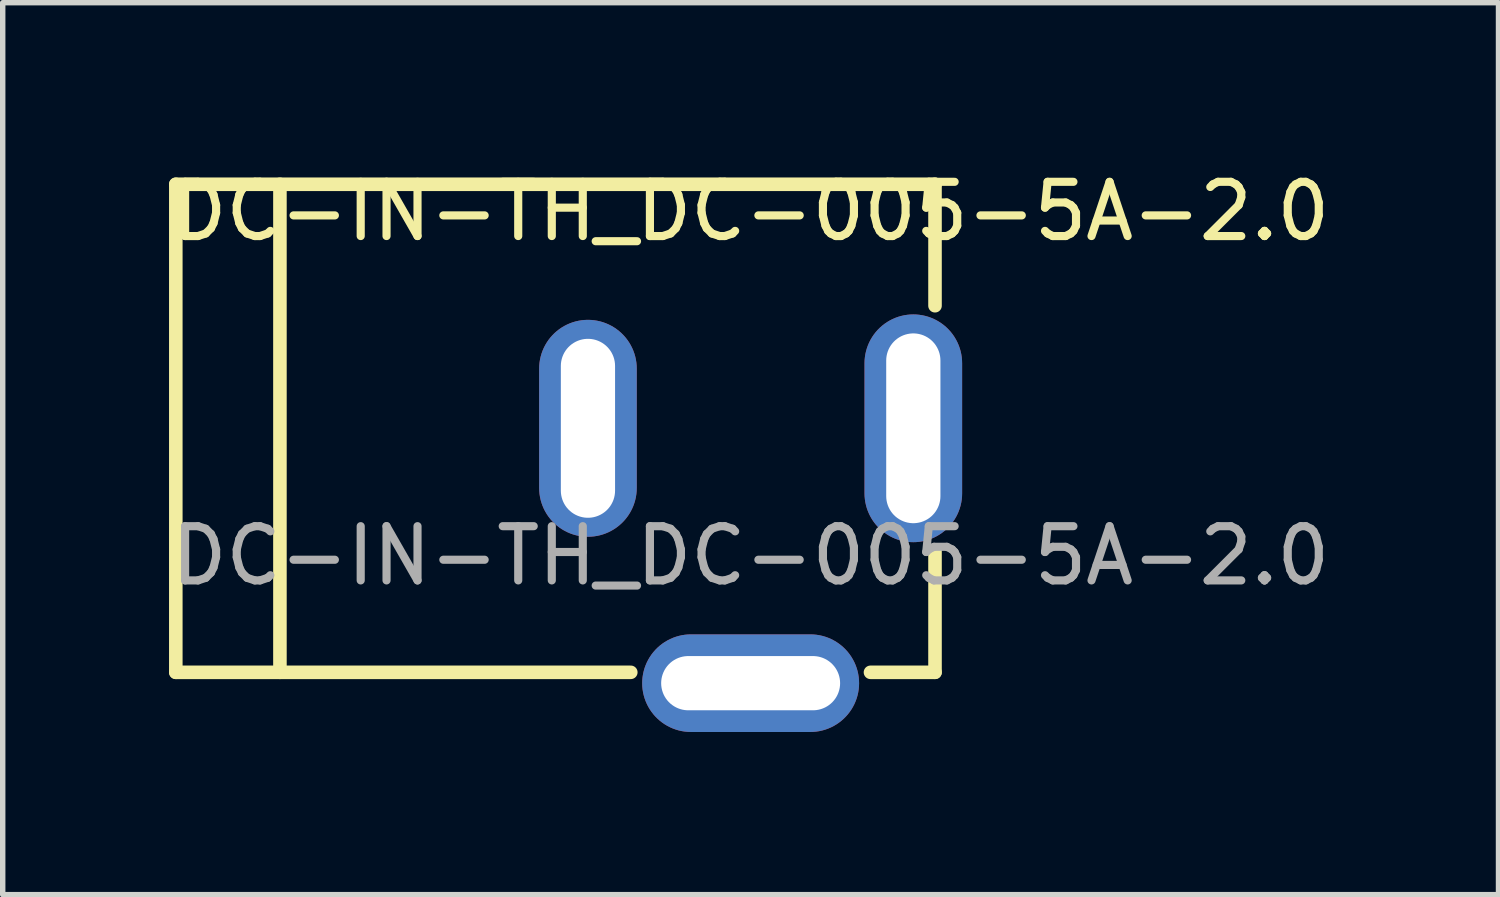
<source format=kicad_pcb>
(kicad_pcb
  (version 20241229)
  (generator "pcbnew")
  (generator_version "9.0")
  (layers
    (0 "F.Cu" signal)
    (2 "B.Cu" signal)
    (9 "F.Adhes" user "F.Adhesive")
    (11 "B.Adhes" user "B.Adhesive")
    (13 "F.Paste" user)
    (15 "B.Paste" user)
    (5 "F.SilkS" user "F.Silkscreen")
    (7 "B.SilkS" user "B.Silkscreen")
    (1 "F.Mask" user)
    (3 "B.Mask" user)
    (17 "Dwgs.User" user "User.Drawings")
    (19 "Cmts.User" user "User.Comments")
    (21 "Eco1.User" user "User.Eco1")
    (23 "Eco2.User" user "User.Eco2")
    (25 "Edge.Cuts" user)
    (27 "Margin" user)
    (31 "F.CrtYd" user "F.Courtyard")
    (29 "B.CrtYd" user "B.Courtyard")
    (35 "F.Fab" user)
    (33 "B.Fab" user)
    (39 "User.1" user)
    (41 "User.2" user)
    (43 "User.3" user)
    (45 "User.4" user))
  (footprint "DC-IN-TH_DC-005-5A-2.0"
    (layer "F.Cu")
    (at 10.792 7.198)
    (property "Reference" "DC-IN-TH_DC-005-5A-2.0" (at 0 -6.35 0) (layer "F.SilkS") (effects (font (size 1 1) (thickness 0.15))))
    (attr through_hole)
    (fp_line (start -10.6 -6.85) (end -10.6 2.15) (stroke (width 0.25) (type solid)) (layer "F.SilkS"))
    (fp_line (start -10.6 2.15) (end -2.21 2.15) (stroke (width 0.25) (type solid)) (layer "F.SilkS"))
    (fp_line (start -8.68 -6.85) (end -8.68 2.15) (stroke (width 0.25) (type solid)) (layer "F.SilkS"))
    (fp_line (start 2.21 2.15) (end 3.4 2.15) (stroke (width 0.25) (type solid)) (layer "F.SilkS"))
    (fp_line (start 3.4 -6.85) (end -10.6 -6.85) (stroke (width 0.25) (type solid)) (layer "F.SilkS"))
    (fp_line (start 3.4 -4.61) (end 3.4 -6.85) (stroke (width 0.25) (type solid)) (layer "F.SilkS"))
    (fp_line (start 3.4 2.15) (end 3.4 -0.09) (stroke (width 0.25) (type solid)) (layer "F.SilkS"))
    (fp_circle (center 3.4 -6.85) (end 3.43 -6.85) (stroke (width 0.06) (type solid)) (fill no) (layer "F.SilkS"))
    (fp_text user "${REFERENCE}" (at 0 0 0) (layer "F.Fab") (effects (font (size 1 1) (thickness 0.15))))
    (pad "1" thru_hole oval (at 3 -2.35 90) (size 4.2 1.8) (drill oval 3.5 1) (layers "*.Cu" "*.Mask"))
    (pad "2" thru_hole oval (at -3 -2.35 270) (size 4 1.8) (drill oval 3.3 1) (layers "*.Cu" "*.Mask"))
    (pad "3" thru_hole oval (at 0 2.35) (size 4 1.8) (drill oval 3.3 1) (layers "*.Cu" "*.Mask")))
  (gr_rect
    (start -3 -3)
    (end 24.583 13.448)
    (stroke (width 0.1) (type default))
    (fill no)
    (layer "Edge.Cuts")))
</source>
